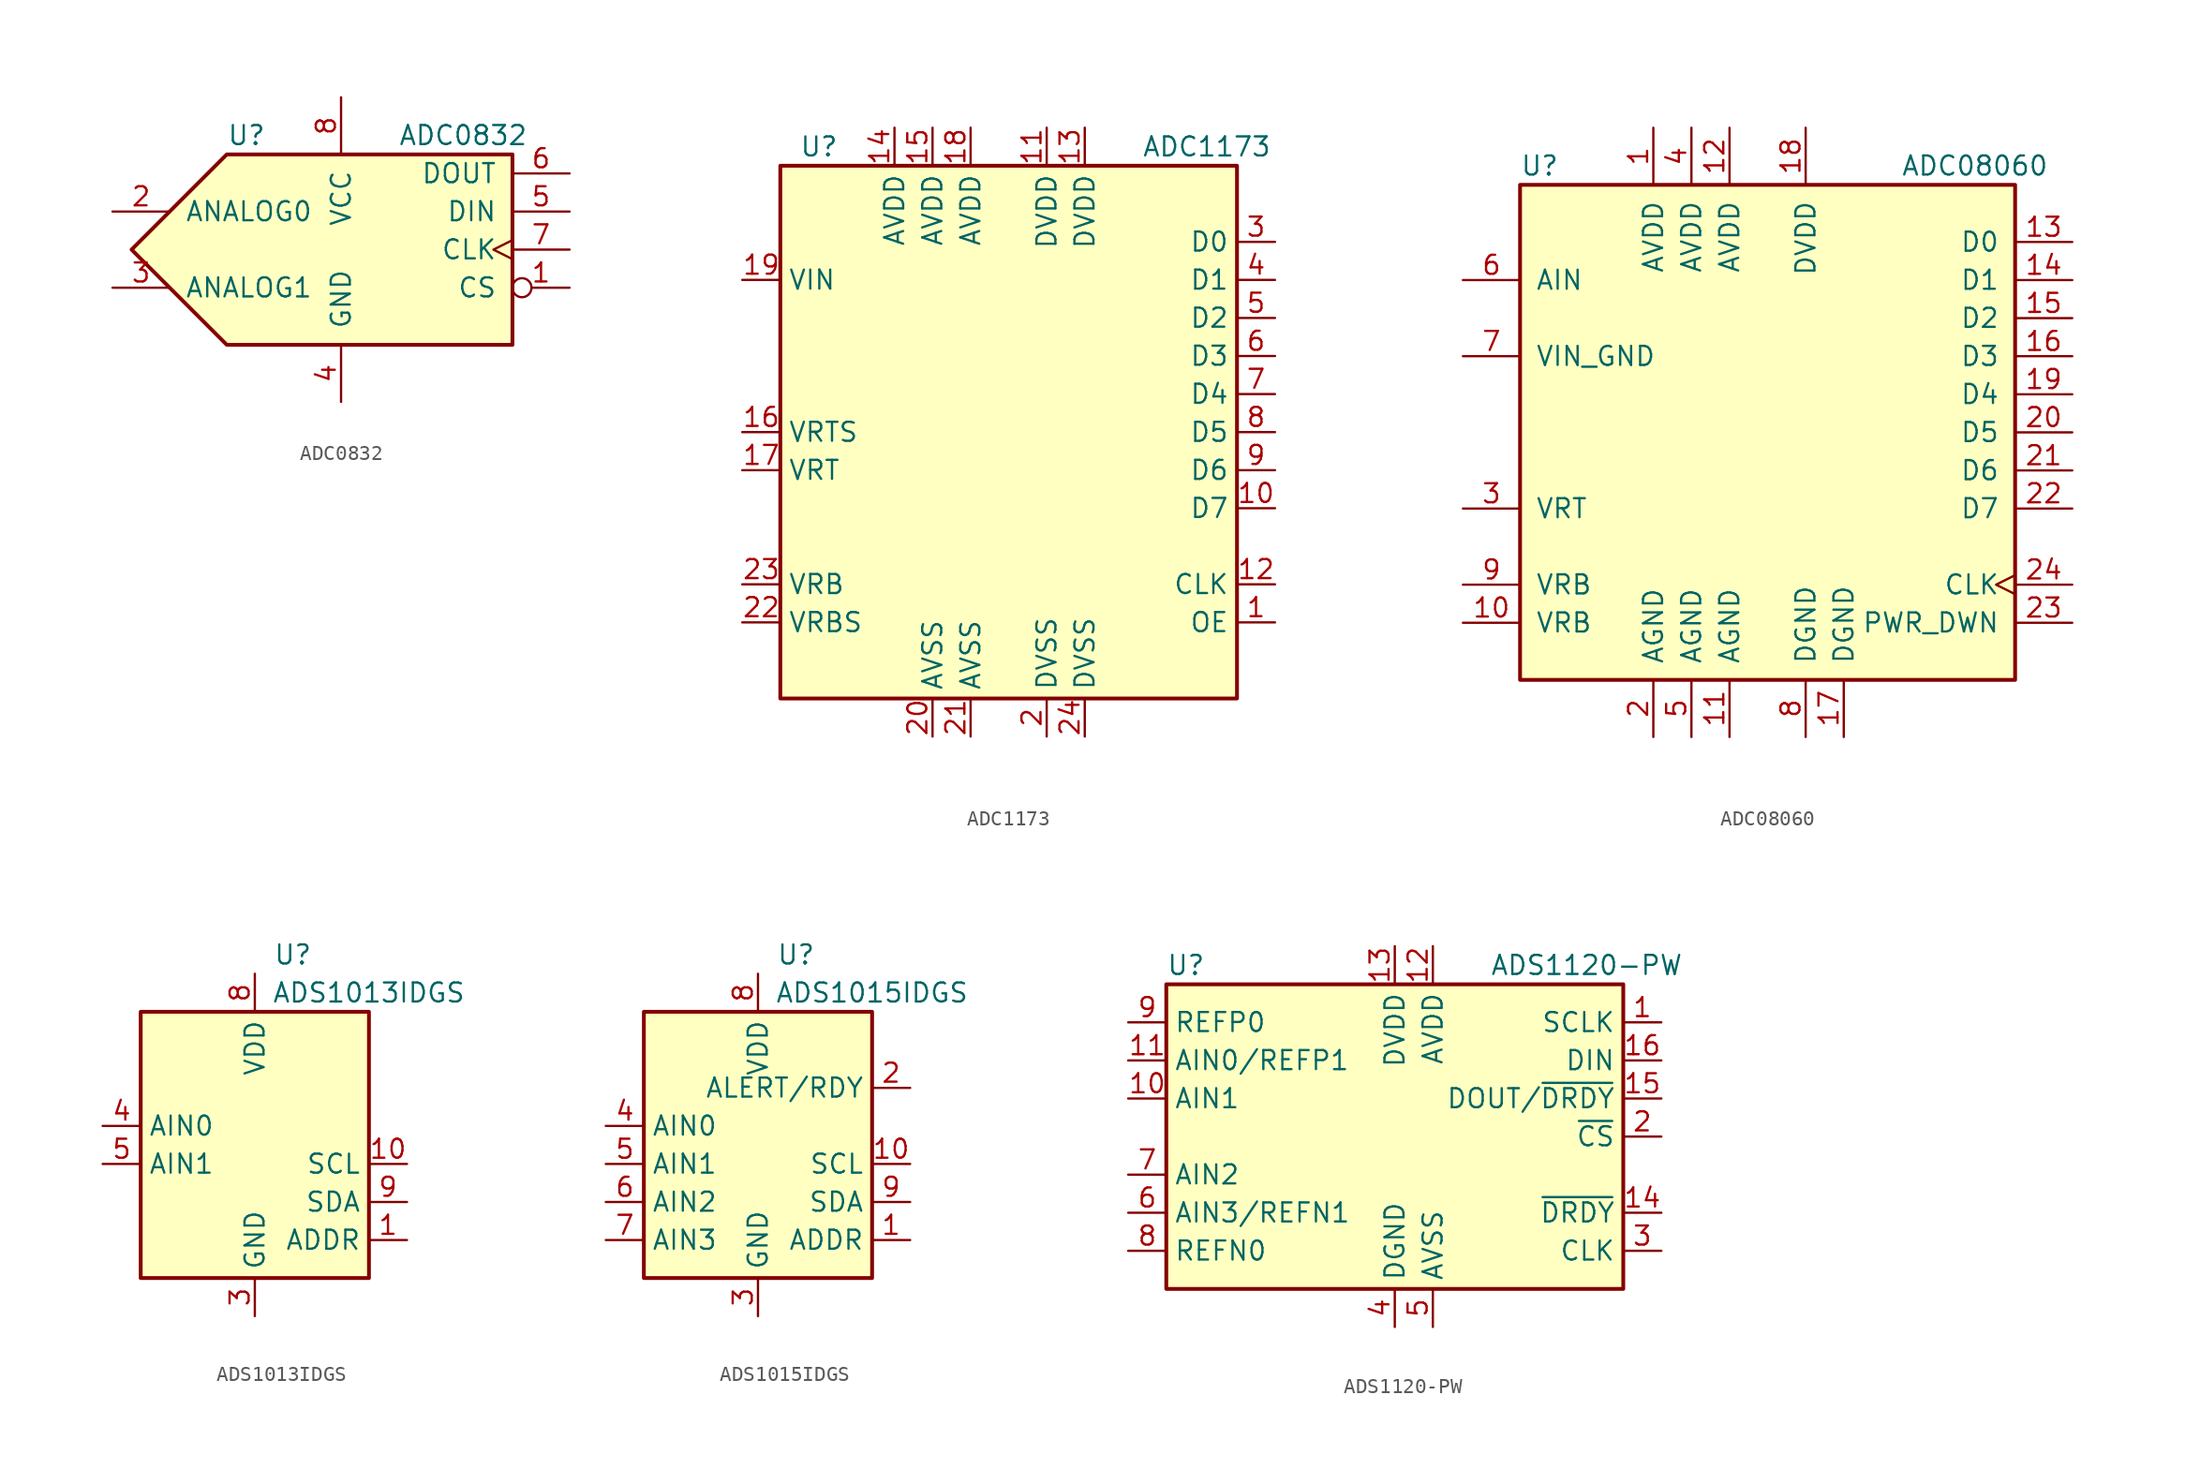
<source format=kicad_sym>
(kicad_symbol_lib
  (version 20211014)
  (generator kicad_symbol_editor)
  (symbol "ADC0832"
    (pin_names
      (offset 1.016))
    (property "Reference" "U"
      (at -7.62 7.62 0)
      (effects (font (size 1.27 1.27)) (justify left)))
    (property "Value" "ADC0832"
      (at 3.81 7.62 0)
      (effects (font (size 1.27 1.27)) (justify left)))
    (symbol "ADC0832_0_1"
      (polyline (pts (xy -13.97 0) (xy -7.62 6.35) (xy 11.43 6.35) (xy 11.43 -6.35) (xy -7.62 -6.35) (xy -13.97 0)) (stroke (width 0.254) (type default) (color 0 0 0 0)) (fill (type background))))
    (symbol "ADC0832_1_1"
      (pin input inverted (at 15.24 -2.54 180) (length 3.81) (name "CS" (effects (font (size 1.27 1.27)))) (number "1" (effects (font (size 1.27 1.27)))))
      (pin input line (at -15.24 2.54 0) (length 3.81) (name "ANALOG0" (effects (font (size 1.27 1.27)))) (number "2" (effects (font (size 1.27 1.27)))))
      (pin input line (at -15.24 -2.54 0) (length 3.81) (name "ANALOG1" (effects (font (size 1.27 1.27)))) (number "3" (effects (font (size 1.27 1.27)))))
      (pin input line (at 0 -10.16 90) (length 3.81) (name "GND" (effects (font (size 1.27 1.27)))) (number "4" (effects (font (size 1.27 1.27)))))
      (pin input line (at 15.24 2.54 180) (length 3.81) (name "DIN" (effects (font (size 1.27 1.27)))) (number "5" (effects (font (size 1.27 1.27)))))
      (pin output line (at 15.24 5.08 180) (length 3.81) (name "DOUT" (effects (font (size 1.27 1.27)))) (number "6" (effects (font (size 1.27 1.27)))))
      (pin input clock (at 15.24 0 180) (length 3.81) (name "CLK" (effects (font (size 1.27 1.27)))) (number "7" (effects (font (size 1.27 1.27)))))
      (pin input line (at 0 10.16 270) (length 3.81) (name "VCC" (effects (font (size 1.27 1.27)))) (number "8" (effects (font (size 1.27 1.27)))))))
  (symbol "ADC1173"
    (property "Reference" "U"
      (at -13.97 19.05 0)
      (effects (font (size 1.27 1.27)) (justify left)))
    (property "Value" "ADC1173"
      (at 8.89 19.05 0)
      (effects (font (size 1.27 1.27)) (justify left)))
    (symbol "ADC1173_0_1"
      (rectangle (start -15.24 17.78) (end 15.24 -17.78) (stroke (width 0.254) (type default) (color 0 0 0 0)) (fill (type background))))
    (symbol "ADC1173_1_1"
      (pin input line (at 17.78 -12.7 180) (length 2.54) (name "OE" (effects (font (size 1.27 1.27)))) (number "1" (effects (font (size 1.27 1.27)))))
      (pin tri_state line (at 17.78 -5.08 180) (length 2.54) (name "D7" (effects (font (size 1.27 1.27)))) (number "10" (effects (font (size 1.27 1.27)))))
      (pin power_in line (at 2.54 20.32 270) (length 2.54) (name "DVDD" (effects (font (size 1.27 1.27)))) (number "11" (effects (font (size 1.27 1.27)))))
      (pin input line (at 17.78 -10.16 180) (length 2.54) (name "CLK" (effects (font (size 1.27 1.27)))) (number "12" (effects (font (size 1.27 1.27)))))
      (pin power_in line (at 5.08 20.32 270) (length 2.54) (name "DVDD" (effects (font (size 1.27 1.27)))) (number "13" (effects (font (size 1.27 1.27)))))
      (pin power_in line (at -7.62 20.32 270) (length 2.54) (name "AVDD" (effects (font (size 1.27 1.27)))) (number "14" (effects (font (size 1.27 1.27)))))
      (pin power_in line (at -5.08 20.32 270) (length 2.54) (name "AVDD" (effects (font (size 1.27 1.27)))) (number "15" (effects (font (size 1.27 1.27)))))
      (pin input line (at -17.78 0 0) (length 2.54) (name "VRTS" (effects (font (size 1.27 1.27)))) (number "16" (effects (font (size 1.27 1.27)))))
      (pin input line (at -17.78 -2.54 0) (length 2.54) (name "VRT" (effects (font (size 1.27 1.27)))) (number "17" (effects (font (size 1.27 1.27)))))
      (pin power_in line (at -2.54 20.32 270) (length 2.54) (name "AVDD" (effects (font (size 1.27 1.27)))) (number "18" (effects (font (size 1.27 1.27)))))
      (pin input line (at -17.78 10.16 0) (length 2.54) (name "VIN" (effects (font (size 1.27 1.27)))) (number "19" (effects (font (size 1.27 1.27)))))
      (pin power_in line (at 2.54 -20.32 90) (length 2.54) (name "DVSS" (effects (font (size 1.27 1.27)))) (number "2" (effects (font (size 1.27 1.27)))))
      (pin power_in line (at -5.08 -20.32 90) (length 2.54) (name "AVSS" (effects (font (size 1.27 1.27)))) (number "20" (effects (font (size 1.27 1.27)))))
      (pin power_in line (at -2.54 -20.32 90) (length 2.54) (name "AVSS" (effects (font (size 1.27 1.27)))) (number "21" (effects (font (size 1.27 1.27)))))
      (pin input line (at -17.78 -12.7 0) (length 2.54) (name "VRBS" (effects (font (size 1.27 1.27)))) (number "22" (effects (font (size 1.27 1.27)))))
      (pin input line (at -17.78 -10.16 0) (length 2.54) (name "VRB" (effects (font (size 1.27 1.27)))) (number "23" (effects (font (size 1.27 1.27)))))
      (pin power_in line (at 5.08 -20.32 90) (length 2.54) (name "DVSS" (effects (font (size 1.27 1.27)))) (number "24" (effects (font (size 1.27 1.27)))))
      (pin tri_state line (at 17.78 12.7 180) (length 2.54) (name "D0" (effects (font (size 1.27 1.27)))) (number "3" (effects (font (size 1.27 1.27)))))
      (pin tri_state line (at 17.78 10.16 180) (length 2.54) (name "D1" (effects (font (size 1.27 1.27)))) (number "4" (effects (font (size 1.27 1.27)))))
      (pin tri_state line (at 17.78 7.62 180) (length 2.54) (name "D2" (effects (font (size 1.27 1.27)))) (number "5" (effects (font (size 1.27 1.27)))))
      (pin tri_state line (at 17.78 5.08 180) (length 2.54) (name "D3" (effects (font (size 1.27 1.27)))) (number "6" (effects (font (size 1.27 1.27)))))
      (pin tri_state line (at 17.78 2.54 180) (length 2.54) (name "D4" (effects (font (size 1.27 1.27)))) (number "7" (effects (font (size 1.27 1.27)))))
      (pin tri_state line (at 17.78 0 180) (length 2.54) (name "D5" (effects (font (size 1.27 1.27)))) (number "8" (effects (font (size 1.27 1.27)))))
      (pin tri_state line (at 17.78 -2.54 180) (length 2.54) (name "D6" (effects (font (size 1.27 1.27)))) (number "9" (effects (font (size 1.27 1.27)))))))
  (symbol "ADC08060"
    (pin_names
      (offset 1.016))
    (property "Reference" "U"
      (at -16.51 17.78 0)
      (effects (font (size 1.27 1.27)) (justify left)))
    (property "Value" "ADC08060"
      (at 8.89 17.78 0)
      (effects (font (size 1.27 1.27)) (justify left)))
    (symbol "ADC08060_0_1"
      (rectangle (start -16.51 16.51) (end 16.51 -16.51) (stroke (width 0.254) (type default) (color 0 0 0 0)) (fill (type background))))
    (symbol "ADC08060_1_1"
      (pin power_in line (at -7.62 20.32 270) (length 3.81) (name "AVDD" (effects (font (size 1.27 1.27)))) (number "1" (effects (font (size 1.27 1.27)))))
      (pin input line (at -20.32 -12.7 0) (length 3.81) (name "VRB" (effects (font (size 1.27 1.27)))) (number "10" (effects (font (size 1.27 1.27)))))
      (pin power_in line (at -2.54 -20.32 90) (length 3.81) (name "AGND" (effects (font (size 1.27 1.27)))) (number "11" (effects (font (size 1.27 1.27)))))
      (pin power_in line (at -2.54 20.32 270) (length 3.81) (name "AVDD" (effects (font (size 1.27 1.27)))) (number "12" (effects (font (size 1.27 1.27)))))
      (pin tri_state line (at 20.32 12.7 180) (length 3.81) (name "D0" (effects (font (size 1.27 1.27)))) (number "13" (effects (font (size 1.27 1.27)))))
      (pin tri_state line (at 20.32 10.16 180) (length 3.81) (name "D1" (effects (font (size 1.27 1.27)))) (number "14" (effects (font (size 1.27 1.27)))))
      (pin tri_state line (at 20.32 7.62 180) (length 3.81) (name "D2" (effects (font (size 1.27 1.27)))) (number "15" (effects (font (size 1.27 1.27)))))
      (pin tri_state line (at 20.32 5.08 180) (length 3.81) (name "D3" (effects (font (size 1.27 1.27)))) (number "16" (effects (font (size 1.27 1.27)))))
      (pin power_in line (at 5.08 -20.32 90) (length 3.81) (name "DGND" (effects (font (size 1.27 1.27)))) (number "17" (effects (font (size 1.27 1.27)))))
      (pin power_in line (at 2.54 20.32 270) (length 3.81) (name "DVDD" (effects (font (size 1.27 1.27)))) (number "18" (effects (font (size 1.27 1.27)))))
      (pin tri_state line (at 20.32 2.54 180) (length 3.81) (name "D4" (effects (font (size 1.27 1.27)))) (number "19" (effects (font (size 1.27 1.27)))))
      (pin power_in line (at -7.62 -20.32 90) (length 3.81) (name "AGND" (effects (font (size 1.27 1.27)))) (number "2" (effects (font (size 1.27 1.27)))))
      (pin tri_state line (at 20.32 0 180) (length 3.81) (name "D5" (effects (font (size 1.27 1.27)))) (number "20" (effects (font (size 1.27 1.27)))))
      (pin tri_state line (at 20.32 -2.54 180) (length 3.81) (name "D6" (effects (font (size 1.27 1.27)))) (number "21" (effects (font (size 1.27 1.27)))))
      (pin tri_state line (at 20.32 -5.08 180) (length 3.81) (name "D7" (effects (font (size 1.27 1.27)))) (number "22" (effects (font (size 1.27 1.27)))))
      (pin input line (at 20.32 -12.7 180) (length 3.81) (name "PWR_DWN" (effects (font (size 1.27 1.27)))) (number "23" (effects (font (size 1.27 1.27)))))
      (pin input clock (at 20.32 -10.16 180) (length 3.81) (name "CLK" (effects (font (size 1.27 1.27)))) (number "24" (effects (font (size 1.27 1.27)))))
      (pin input line (at -20.32 -5.08 0) (length 3.81) (name "VRT" (effects (font (size 1.27 1.27)))) (number "3" (effects (font (size 1.27 1.27)))))
      (pin power_in line (at -5.08 20.32 270) (length 3.81) (name "AVDD" (effects (font (size 1.27 1.27)))) (number "4" (effects (font (size 1.27 1.27)))))
      (pin power_in line (at -5.08 -20.32 90) (length 3.81) (name "AGND" (effects (font (size 1.27 1.27)))) (number "5" (effects (font (size 1.27 1.27)))))
      (pin input line (at -20.32 10.16 0) (length 3.81) (name "AIN" (effects (font (size 1.27 1.27)))) (number "6" (effects (font (size 1.27 1.27)))))
      (pin input line (at -20.32 5.08 0) (length 3.81) (name "VIN_GND" (effects (font (size 1.27 1.27)))) (number "7" (effects (font (size 1.27 1.27)))))
      (pin power_in line (at 2.54 -20.32 90) (length 3.81) (name "DGND" (effects (font (size 1.27 1.27)))) (number "8" (effects (font (size 1.27 1.27)))))
      (pin input line (at -20.32 -10.16 0) (length 3.81) (name "VRB" (effects (font (size 1.27 1.27)))) (number "9" (effects (font (size 1.27 1.27)))))))
  (symbol "ADS1013IDGS"
    (property "Reference" "U"
      (at 2.54 13.97 0)
      (effects (font (size 1.27 1.27))))
    (property "Value" "ADS1013IDGS"
      (at 7.62 11.43 0)
      (effects (font (size 1.27 1.27))))
    (symbol "ADS1013IDGS_0_1"
      (rectangle (start -7.62 10.16) (end 7.62 -7.62) (stroke (width 0.254) (type default) (color 0 0 0 0)) (fill (type background))))
    (symbol "ADS1013IDGS_1_1"
      (pin input line (at 10.16 -5.08 180) (length 2.54) (name "ADDR" (effects (font (size 1.27 1.27)))) (number "1" (effects (font (size 1.27 1.27)))))
      (pin input line (at 10.16 0 180) (length 2.54) (name "SCL" (effects (font (size 1.27 1.27)))) (number "10" (effects (font (size 1.27 1.27)))))
      (pin no_connect line (at 7.62 7.62 180) (length 2.54) hide (name "~" (effects (font (size 1.27 1.27)))) (number "2" (effects (font (size 1.27 1.27)))))
      (pin power_in line (at 0 -10.16 90) (length 2.54) (name "GND" (effects (font (size 1.27 1.27)))) (number "3" (effects (font (size 1.27 1.27)))))
      (pin input line (at -10.16 2.54 0) (length 2.54) (name "AIN0" (effects (font (size 1.27 1.27)))) (number "4" (effects (font (size 1.27 1.27)))))
      (pin input line (at -10.16 0 0) (length 2.54) (name "AIN1" (effects (font (size 1.27 1.27)))) (number "5" (effects (font (size 1.27 1.27)))))
      (pin no_connect line (at 7.62 5.08 180) (length 2.54) hide (name "~" (effects (font (size 1.27 1.27)))) (number "6" (effects (font (size 1.27 1.27)))))
      (pin no_connect line (at 7.62 2.54 180) (length 2.54) hide (name "~" (effects (font (size 1.27 1.27)))) (number "7" (effects (font (size 1.27 1.27)))))
      (pin power_in line (at 0 12.7 270) (length 2.54) (name "VDD" (effects (font (size 1.27 1.27)))) (number "8" (effects (font (size 1.27 1.27)))))
      (pin bidirectional line (at 10.16 -2.54 180) (length 2.54) (name "SDA" (effects (font (size 1.27 1.27)))) (number "9" (effects (font (size 1.27 1.27)))))))
  (symbol "ADS1015IDGS"
    (property "Reference" "U"
      (at 2.54 13.97 0)
      (effects (font (size 1.27 1.27))))
    (property "Value" "ADS1015IDGS"
      (at 7.62 11.43 0)
      (effects (font (size 1.27 1.27))))
    (symbol "ADS1015IDGS_0_1"
      (rectangle (start -7.62 10.16) (end 7.62 -7.62) (stroke (width 0.254) (type default) (color 0 0 0 0)) (fill (type background))))
    (symbol "ADS1015IDGS_1_1"
      (pin input line (at 10.16 -5.08 180) (length 2.54) (name "ADDR" (effects (font (size 1.27 1.27)))) (number "1" (effects (font (size 1.27 1.27)))))
      (pin input line (at 10.16 0 180) (length 2.54) (name "SCL" (effects (font (size 1.27 1.27)))) (number "10" (effects (font (size 1.27 1.27)))))
      (pin output line (at 10.16 5.08 180) (length 2.54) (name "ALERT/RDY" (effects (font (size 1.27 1.27)))) (number "2" (effects (font (size 1.27 1.27)))))
      (pin power_in line (at 0 -10.16 90) (length 2.54) (name "GND" (effects (font (size 1.27 1.27)))) (number "3" (effects (font (size 1.27 1.27)))))
      (pin input line (at -10.16 2.54 0) (length 2.54) (name "AIN0" (effects (font (size 1.27 1.27)))) (number "4" (effects (font (size 1.27 1.27)))))
      (pin input line (at -10.16 0 0) (length 2.54) (name "AIN1" (effects (font (size 1.27 1.27)))) (number "5" (effects (font (size 1.27 1.27)))))
      (pin input line (at -10.16 -2.54 0) (length 2.54) (name "AIN2" (effects (font (size 1.27 1.27)))) (number "6" (effects (font (size 1.27 1.27)))))
      (pin input line (at -10.16 -5.08 0) (length 2.54) (name "AIN3" (effects (font (size 1.27 1.27)))) (number "7" (effects (font (size 1.27 1.27)))))
      (pin power_in line (at 0 12.7 270) (length 2.54) (name "VDD" (effects (font (size 1.27 1.27)))) (number "8" (effects (font (size 1.27 1.27)))))
      (pin bidirectional line (at 10.16 -2.54 180) (length 2.54) (name "SDA" (effects (font (size 1.27 1.27)))) (number "9" (effects (font (size 1.27 1.27)))))))
  (symbol "ADS1120-PW"
    (property "Reference" "U"
      (at -15.24 11.43 0)
      (effects (font (size 1.27 1.27)) (justify left)))
    (property "Value" "ADS1120-PW"
      (at 6.35 11.43 0)
      (effects (font (size 1.27 1.27)) (justify left)))
    (symbol "ADS1120-PW_0_1"
      (rectangle (start -15.24 10.16) (end 15.24 -10.16) (stroke (width 0.254) (type default) (color 0 0 0 0)) (fill (type background))))
    (symbol "ADS1120-PW_1_1"
      (pin input line (at 17.78 7.62 180) (length 2.54) (name "SCLK" (effects (font (size 1.27 1.27)))) (number "1" (effects (font (size 1.27 1.27)))))
      (pin input line (at -17.78 2.54 0) (length 2.54) (name "AIN1" (effects (font (size 1.27 1.27)))) (number "10" (effects (font (size 1.27 1.27)))))
      (pin input line (at -17.78 5.08 0) (length 2.54) (name "AIN0/REFP1" (effects (font (size 1.27 1.27)))) (number "11" (effects (font (size 1.27 1.27)))))
      (pin power_in line (at 2.54 12.7 270) (length 2.54) (name "AVDD" (effects (font (size 1.27 1.27)))) (number "12" (effects (font (size 1.27 1.27)))))
      (pin power_in line (at 0 12.7 270) (length 2.54) (name "DVDD" (effects (font (size 1.27 1.27)))) (number "13" (effects (font (size 1.27 1.27)))))
      (pin output line (at 17.78 -5.08 180) (length 2.54) (name "~{DRDY}" (effects (font (size 1.27 1.27)))) (number "14" (effects (font (size 1.27 1.27)))))
      (pin output line (at 17.78 2.54 180) (length 2.54) (name "DOUT/~{DRDY}" (effects (font (size 1.27 1.27)))) (number "15" (effects (font (size 1.27 1.27)))))
      (pin input line (at 17.78 5.08 180) (length 2.54) (name "DIN" (effects (font (size 1.27 1.27)))) (number "16" (effects (font (size 1.27 1.27)))))
      (pin input line (at 17.78 0 180) (length 2.54) (name "~{CS}" (effects (font (size 1.27 1.27)))) (number "2" (effects (font (size 1.27 1.27)))))
      (pin input line (at 17.78 -7.62 180) (length 2.54) (name "CLK" (effects (font (size 1.27 1.27)))) (number "3" (effects (font (size 1.27 1.27)))))
      (pin power_in line (at 0 -12.7 90) (length 2.54) (name "DGND" (effects (font (size 1.27 1.27)))) (number "4" (effects (font (size 1.27 1.27)))))
      (pin power_in line (at 2.54 -12.7 90) (length 2.54) (name "AVSS" (effects (font (size 1.27 1.27)))) (number "5" (effects (font (size 1.27 1.27)))))
      (pin input line (at -17.78 -5.08 0) (length 2.54) (name "AIN3/REFN1" (effects (font (size 1.27 1.27)))) (number "6" (effects (font (size 1.27 1.27)))))
      (pin input line (at -17.78 -2.54 0) (length 2.54) (name "AIN2" (effects (font (size 1.27 1.27)))) (number "7" (effects (font (size 1.27 1.27)))))
      (pin input line (at -17.78 -7.62 0) (length 2.54) (name "REFN0" (effects (font (size 1.27 1.27)))) (number "8" (effects (font (size 1.27 1.27)))))
      (pin input line (at -17.78 7.62 0) (length 2.54) (name "REFP0" (effects (font (size 1.27 1.27)))) (number "9" (effects (font (size 1.27 1.27))))))))
</source>
